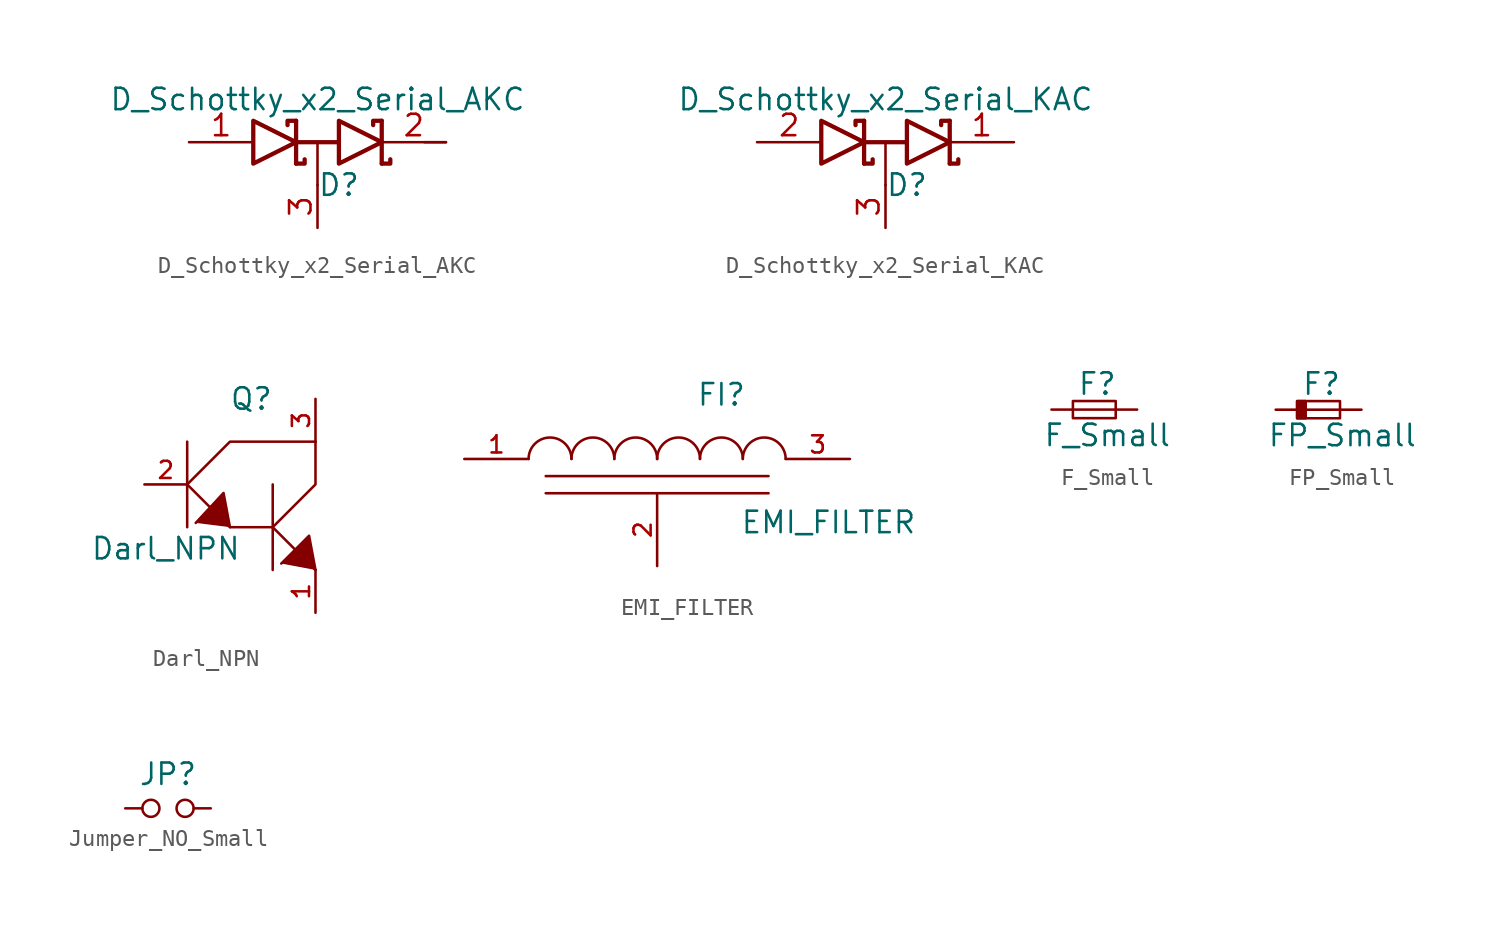
<source format=kicad_sym>
(kicad_symbol_lib
  (version 20211014)
  (generator kicad_symbol_editor)
  (symbol "D_Schottky_x2_Serial_AKC"
    (pin_names
      (offset 0.762) hide)
    (property "Reference" "D"
      (at 1.27 -2.54 0)
      (effects (font (size 1.27 1.27))))
    (property "Value" "D_Schottky_x2_Serial_AKC"
      (at 0 2.54 0)
      (effects (font (size 1.27 1.27))))
    (property "Footprint" ""
      (at 0 0 0)
      (effects (font (size 1.27 1.27))))
    (property "Datasheet" ""
      (at 0 0 0)
      (effects (font (size 1.27 1.27))))
    (symbol "D_Schottky_x2_Serial_AKC_0_1"
      (polyline (pts (xy 0 0) (xy 0 -2.54)) (stroke (width 0) (type default) (color 0 0 0 0)) (fill (type none)))
      (polyline (pts (xy 6.35 0) (xy 7.62 0)) (stroke (width 0) (type default) (color 0 0 0 0)) (fill (type none)))
      (polyline (pts (xy -1.27 -1.27) (xy -1.27 1.27) (xy -1.27 1.27)) (stroke (width 0.254) (type default) (color 0 0 0 0)) (fill (type none)))
      (polyline (pts (xy -1.27 0) (xy 1.27 0) (xy 1.27 0)) (stroke (width 0.254) (type default) (color 0 0 0 0)) (fill (type none)))
      (polyline (pts (xy 3.81 1.27) (xy 3.81 -1.27) (xy 3.81 -1.27)) (stroke (width 0.254) (type default) (color 0 0 0 0)) (fill (type none)))
      (polyline (pts (xy -1.27 -1.27) (xy -0.762 -1.27) (xy -0.762 -1.016) (xy -0.762 -1.016)) (stroke (width 0.254) (type default) (color 0 0 0 0)) (fill (type none)))
      (polyline (pts (xy 3.81 -1.27) (xy 4.318 -1.27) (xy 4.318 -1.016) (xy 4.318 -1.016)) (stroke (width 0.254) (type default) (color 0 0 0 0)) (fill (type none)))
      (polyline (pts (xy 3.81 1.27) (xy 3.302 1.27) (xy 3.302 1.016) (xy 3.302 1.016)) (stroke (width 0.254) (type default) (color 0 0 0 0)) (fill (type none)))
      (polyline (pts (xy -1.778 1.016) (xy -1.778 1.27) (xy -1.27 1.27) (xy -1.27 1.27) (xy -1.27 1.27)) (stroke (width 0.254) (type default) (color 0 0 0 0)) (fill (type none)))
      (polyline (pts (xy -3.81 1.27) (xy -1.27 0) (xy -3.81 -1.27) (xy -3.81 1.27) (xy -3.81 1.27) (xy -3.81 1.27)) (stroke (width 0.254) (type default) (color 0 0 0 0)) (fill (type none)))
      (polyline (pts (xy 1.27 1.27) (xy 3.81 0) (xy 1.27 -1.27) (xy 1.27 1.27) (xy 1.27 1.27) (xy 1.27 1.27)) (stroke (width 0.254) (type default) (color 0 0 0 0)) (fill (type none)))
      (pin passive line (at -7.62 0 0) (length 3.81) (name "A" (effects (font (size 1.27 1.27)))) (number "1" (effects (font (size 1.27 1.27)))))
      (pin passive line (at 7.62 0 180) (length 3.81) (name "K" (effects (font (size 1.27 1.27)))) (number "2" (effects (font (size 1.27 1.27)))))
      (pin passive line (at 0 -5.08 90) (length 2.54) (name "common" (effects (font (size 1.27 1.27)))) (number "3" (effects (font (size 1.27 1.27)))))))
  (symbol "D_Schottky_x2_Serial_KAC"
    (pin_names
      (offset 0.762) hide)
    (property "Reference" "D"
      (at 1.27 -2.54 0)
      (effects (font (size 1.27 1.27))))
    (property "Value" "D_Schottky_x2_Serial_KAC"
      (at 0 2.54 0)
      (effects (font (size 1.27 1.27))))
    (property "Footprint" ""
      (at 0 0 0)
      (effects (font (size 1.27 1.27))))
    (property "Datasheet" ""
      (at 0 0 0)
      (effects (font (size 1.27 1.27))))
    (symbol "D_Schottky_x2_Serial_KAC_0_1"
      (polyline (pts (xy 0 0) (xy 0 -2.54)) (stroke (width 0) (type default) (color 0 0 0 0)) (fill (type none)))
      (polyline (pts (xy -1.27 -1.27) (xy -1.27 1.27) (xy -1.27 1.27)) (stroke (width 0.254) (type default) (color 0 0 0 0)) (fill (type none)))
      (polyline (pts (xy -1.27 0) (xy 1.27 0) (xy 1.27 0)) (stroke (width 0.254) (type default) (color 0 0 0 0)) (fill (type none)))
      (polyline (pts (xy 3.81 1.27) (xy 3.81 -1.27) (xy 3.81 -1.27)) (stroke (width 0.254) (type default) (color 0 0 0 0)) (fill (type none)))
      (polyline (pts (xy -1.27 -1.27) (xy -0.762 -1.27) (xy -0.762 -1.016) (xy -0.762 -1.016)) (stroke (width 0.254) (type default) (color 0 0 0 0)) (fill (type none)))
      (polyline (pts (xy 3.81 -1.27) (xy 4.318 -1.27) (xy 4.318 -1.016) (xy 4.318 -1.016)) (stroke (width 0.254) (type default) (color 0 0 0 0)) (fill (type none)))
      (polyline (pts (xy 3.81 1.27) (xy 3.302 1.27) (xy 3.302 1.016) (xy 3.302 1.016)) (stroke (width 0.254) (type default) (color 0 0 0 0)) (fill (type none)))
      (polyline (pts (xy -1.778 1.016) (xy -1.778 1.27) (xy -1.27 1.27) (xy -1.27 1.27) (xy -1.27 1.27)) (stroke (width 0.254) (type default) (color 0 0 0 0)) (fill (type none)))
      (polyline (pts (xy -3.81 1.27) (xy -1.27 0) (xy -3.81 -1.27) (xy -3.81 1.27) (xy -3.81 1.27) (xy -3.81 1.27)) (stroke (width 0.254) (type default) (color 0 0 0 0)) (fill (type none)))
      (polyline (pts (xy 1.27 1.27) (xy 3.81 0) (xy 1.27 -1.27) (xy 1.27 1.27) (xy 1.27 1.27) (xy 1.27 1.27)) (stroke (width 0.254) (type default) (color 0 0 0 0)) (fill (type none)))
      (pin passive line (at 7.62 0 180) (length 3.81) (name "K" (effects (font (size 1.27 1.27)))) (number "1" (effects (font (size 1.27 1.27)))))
      (pin passive line (at -7.62 0 0) (length 3.81) (name "A" (effects (font (size 1.27 1.27)))) (number "2" (effects (font (size 1.27 1.27)))))
      (pin passive line (at 0 -5.08 90) (length 2.54) (name "common" (effects (font (size 1.27 1.27)))) (number "3" (effects (font (size 1.27 1.27)))))))
  (symbol "Darl_NPN"
    (pin_names
      (offset 0.254))
    (property "Reference" "Q"
      (at 0 5.08 0)
      (effects (font (size 1.27 1.27))))
    (property "Value" "Darl_NPN"
      (at -5.08 -3.81 0)
      (effects (font (size 1.27 1.27))))
    (property "Footprint" ""
      (at 0 -1.27 0)
      (effects (font (size 1.27 1.27))))
    (property "Datasheet" ""
      (at 0 -1.27 0)
      (effects (font (size 1.27 1.27))))
    (symbol "Darl_NPN_0_0"
      (polyline (pts (xy -3.81 -2.54) (xy -3.81 2.54)) (stroke (width 0) (type default) (color 0 0 0 0)) (fill (type none)))
      (polyline (pts (xy 1.27 0) (xy 1.27 -5.08)) (stroke (width 0) (type default) (color 0 0 0 0)) (fill (type none))))
    (symbol "Darl_NPN_0_1"
      (polyline (pts (xy 1.27 -2.54) (xy 3.81 -5.08)) (stroke (width 0) (type default) (color 0 0 0 0)) (fill (type none)))
      (polyline (pts (xy -3.81 0) (xy -1.27 -2.54) (xy 1.27 -2.54)) (stroke (width 0) (type default) (color 0 0 0 0)) (fill (type none)))
      (polyline (pts (xy -3.81 0) (xy -1.27 2.54) (xy 3.81 2.54)) (stroke (width 0) (type default) (color 0 0 0 0)) (fill (type none)))
      (polyline (pts (xy -1.27 -2.54) (xy -1.651 -0.508) (xy -3.302 -2.286)) (stroke (width 0) (type default) (color 0 0 0 0)) (fill (type outline)))
      (polyline (pts (xy 1.27 -2.54) (xy 3.81 0) (xy 3.81 2.54)) (stroke (width 0) (type default) (color 0 0 0 0)) (fill (type none)))
      (polyline (pts (xy 3.81 -5.08) (xy 3.429 -3.048) (xy 1.778 -4.699)) (stroke (width 0) (type default) (color 0 0 0 0)) (fill (type outline))))
    (symbol "Darl_NPN_1_1"
      (pin passive line (at 3.81 -7.62 90) (length 2.54) (name "~" (effects (font (size 1.016 1.016)))) (number "1" (effects (font (size 1.016 1.016)))))
      (pin input line (at -6.35 0 0) (length 2.54) (name "~" (effects (font (size 1.016 1.016)))) (number "2" (effects (font (size 1.016 1.016)))))
      (pin passive line (at 3.81 5.08 270) (length 2.54) (name "~" (effects (font (size 1.016 1.016)))) (number "3" (effects (font (size 1.016 1.016)))))))
  (symbol "EMI_FILTER"
    (pin_names
      (offset 1.016) hide)
    (property "Reference" "FI"
      (at 3.81 3.81 0)
      (effects (font (size 1.27 1.27))))
    (property "Value" "EMI_FILTER"
      (at 10.16 -3.759 0)
      (effects (font (size 1.27 1.27))))
    (property "Footprint" ""
      (at 0 0 0)
      (effects (font (size 1.27 1.27))))
    (property "Datasheet" ""
      (at 0 0 0)
      (effects (font (size 1.27 1.27))))
    (symbol "EMI_FILTER_0_1"
      (arc (start -5.08 0) (mid -6.35 1.27) (end -7.62 0) (stroke (width 0) (type default) (color 0 0 0 0)) (fill (type none)))
      (arc (start -2.54 0) (mid -3.81 1.27) (end -5.08 0) (stroke (width 0) (type default) (color 0 0 0 0)) (fill (type none)))
      (arc (start 0 0) (mid -1.27 1.27) (end -2.54 0) (stroke (width 0) (type default) (color 0 0 0 0)) (fill (type none)))
      (arc (start 0 0) (mid 0 0) (end 0 0) (stroke (width 0) (type default) (color 0 0 0 0)) (fill (type none)))
      (polyline (pts (xy -6.604 -2.032) (xy 6.604 -2.032) (xy 6.604 -2.032)) (stroke (width 0) (type default) (color 0 0 0 0)) (fill (type none)))
      (polyline (pts (xy -6.604 -1.016) (xy 6.604 -1.016) (xy 6.604 -1.016) (xy 6.604 -1.016) (xy 6.604 -1.016)) (stroke (width 0) (type default) (color 0 0 0 0)) (fill (type none)))
      (arc (start 2.54 0) (mid 1.27 1.27) (end 0 0) (stroke (width 0) (type default) (color 0 0 0 0)) (fill (type none)))
      (arc (start 5.08 0) (mid 3.81 1.27) (end 2.54 0) (stroke (width 0) (type default) (color 0 0 0 0)) (fill (type none)))
      (arc (start 7.62 0) (mid 6.35 1.27) (end 5.08 0) (stroke (width 0) (type default) (color 0 0 0 0)) (fill (type none))))
    (symbol "EMI_FILTER_1_1"
      (pin passive line (at -11.43 0 0) (length 3.81) (name "VI" (effects (font (size 1.016 1.016)))) (number "1" (effects (font (size 1.016 1.016)))))
      (pin passive line (at 0 -6.35 90) (length 4.318) (name "GND" (effects (font (size 1.016 1.016)))) (number "2" (effects (font (size 1.016 1.016)))))
      (pin passive line (at 11.43 0 180) (length 3.81) (name "VO" (effects (font (size 1.016 1.016)))) (number "3" (effects (font (size 1.016 1.016)))))))
  (symbol "F_Small"
    (pin_numbers hide)
    (pin_names
      (offset 0.254) hide)
    (property "Reference" "F"
      (at -1.016 1.524 0)
      (effects (font (size 1.27 1.27)) (justify left)))
    (property "Value" "F_Small"
      (at -3.048 -1.524 0)
      (effects (font (size 1.27 1.27)) (justify left)))
    (property "Footprint" ""
      (at 0 0 0)
      (effects (font (size 1.27 1.27))))
    (property "Datasheet" ""
      (at 0 0 0)
      (effects (font (size 1.27 1.27))))
    (symbol "F_Small_0_1"
      (rectangle (start -1.27 0.508) (end 1.27 -0.508) (stroke (width 0) (type default) (color 0 0 0 0)) (fill (type none)))
      (polyline (pts (xy -1.27 0) (xy 1.27 0)) (stroke (width 0) (type default) (color 0 0 0 0)) (fill (type none))))
    (symbol "F_Small_1_1"
      (pin passive line (at -2.54 0 0) (length 1.27) (name "~" (effects (font (size 1.016 1.016)))) (number "1" (effects (font (size 1.016 1.016)))))
      (pin passive line (at 2.54 0 180) (length 1.27) (name "~" (effects (font (size 1.016 1.016)))) (number "2" (effects (font (size 1.016 1.016)))))))
  (symbol "FP_Small"
    (pin_numbers hide)
    (pin_names
      (offset 0.254) hide)
    (property "Reference" "F"
      (at -1.016 1.524 0)
      (effects (font (size 1.27 1.27)) (justify left)))
    (property "Value" "FP_Small"
      (at -3.048 -1.524 0)
      (effects (font (size 1.27 1.27)) (justify left)))
    (property "Footprint" ""
      (at 0 0 0)
      (effects (font (size 1.27 1.27))))
    (property "Datasheet" ""
      (at 0 0 0)
      (effects (font (size 1.27 1.27))))
    (symbol "FP_Small_0_1"
      (rectangle (start -1.27 0.508) (end -0.762 -0.508) (stroke (width 0) (type default) (color 0 0 0 0)) (fill (type outline)))
      (rectangle (start -1.27 0.508) (end 1.27 -0.508) (stroke (width 0) (type default) (color 0 0 0 0)) (fill (type none)))
      (polyline (pts (xy -1.27 0) (xy 1.27 0)) (stroke (width 0) (type default) (color 0 0 0 0)) (fill (type none))))
    (symbol "FP_Small_1_1"
      (pin power_in line (at -2.54 0 0) (length 1.27) (name "~" (effects (font (size 1.016 1.016)))) (number "1" (effects (font (size 1.016 1.016)))))
      (pin power_out line (at 2.54 0 180) (length 1.27) (name "~" (effects (font (size 1.016 1.016)))) (number "2" (effects (font (size 1.016 1.016)))))))
  (symbol "Jumper_NO_Small"
    (pin_numbers hide)
    (pin_names
      (offset 0.762) hide)
    (property "Reference" "JP"
      (at 0 2.032 0)
      (effects (font (size 1.27 1.27))))
    (property "Footprint" ""
      (at 0 0 0)
      (effects (font (size 1.27 1.27))))
    (property "Datasheet" ""
      (at 0 0 0)
      (effects (font (size 1.27 1.27))))
    (symbol "Jumper_NO_Small_0_1"
      (circle (center -1.016 0) (radius 0.508) (stroke (width 0) (type default) (color 0 0 0 0)) (fill (type none)))
      (circle (center 1.016 0) (radius 0.508) (stroke (width 0) (type default) (color 0 0 0 0)) (fill (type none)))
      (pin passive line (at -2.54 0 0) (length 1.016) (name "1" (effects (font (size 1.27 1.27)))) (number "1" (effects (font (size 1.27 1.27)))))
      (pin passive line (at 2.54 0 180) (length 1.016) (name "2" (effects (font (size 1.27 1.27)))) (number "2" (effects (font (size 1.27 1.27))))))))
</source>
